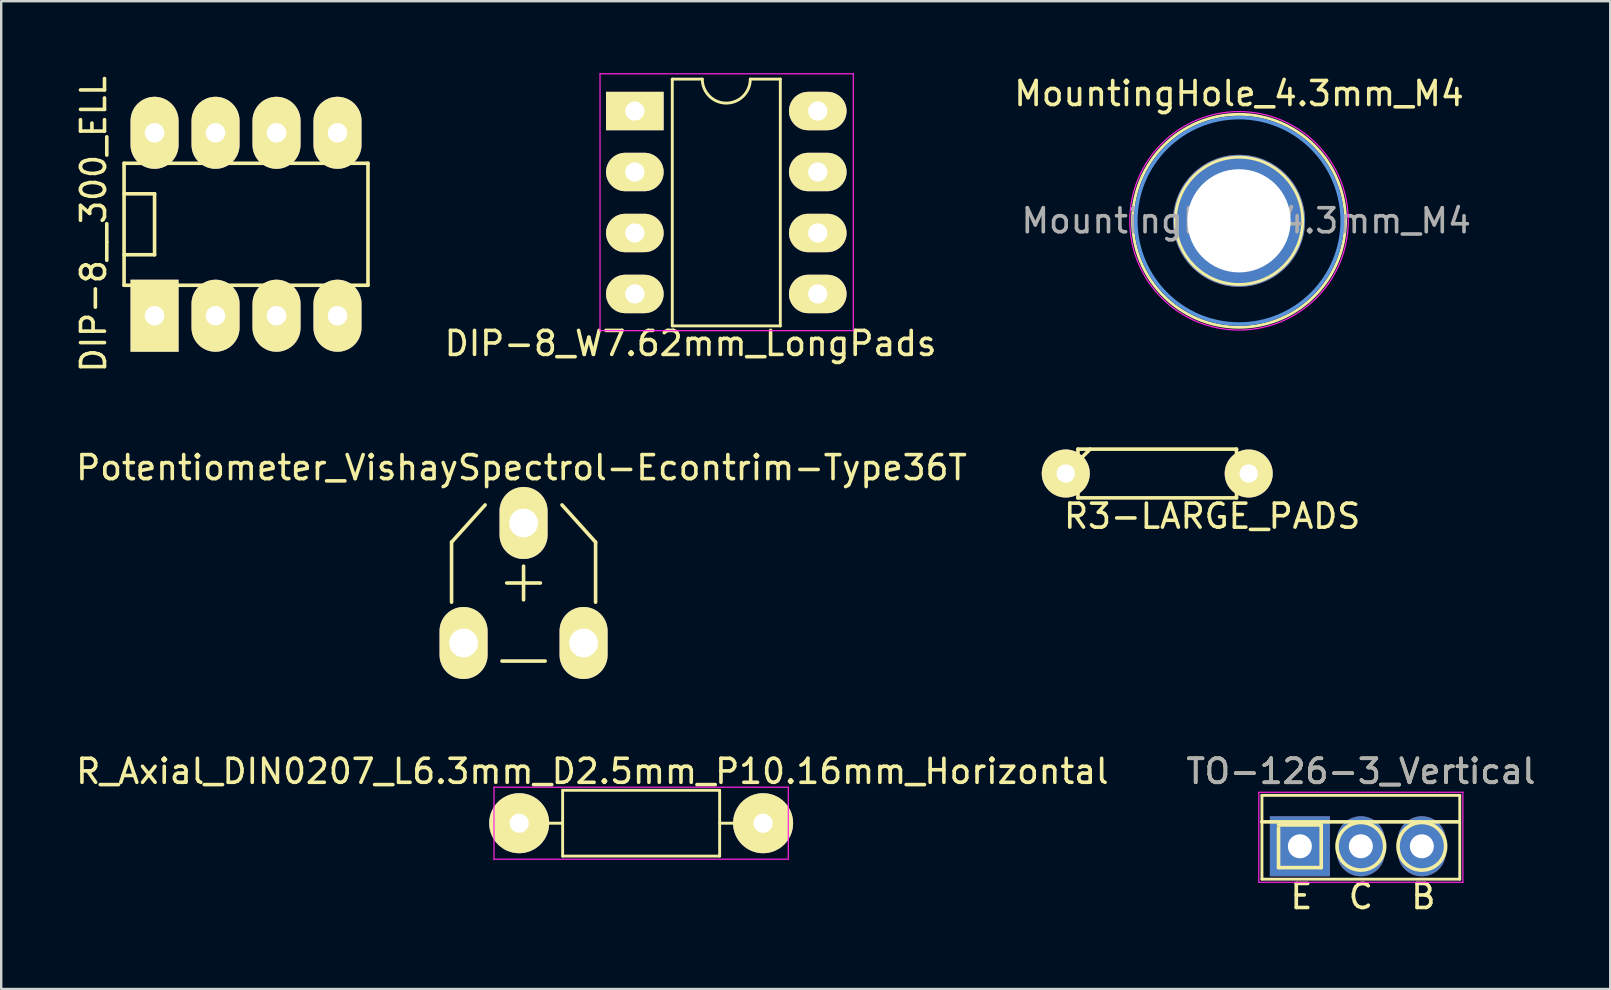
<source format=kicad_pcb>
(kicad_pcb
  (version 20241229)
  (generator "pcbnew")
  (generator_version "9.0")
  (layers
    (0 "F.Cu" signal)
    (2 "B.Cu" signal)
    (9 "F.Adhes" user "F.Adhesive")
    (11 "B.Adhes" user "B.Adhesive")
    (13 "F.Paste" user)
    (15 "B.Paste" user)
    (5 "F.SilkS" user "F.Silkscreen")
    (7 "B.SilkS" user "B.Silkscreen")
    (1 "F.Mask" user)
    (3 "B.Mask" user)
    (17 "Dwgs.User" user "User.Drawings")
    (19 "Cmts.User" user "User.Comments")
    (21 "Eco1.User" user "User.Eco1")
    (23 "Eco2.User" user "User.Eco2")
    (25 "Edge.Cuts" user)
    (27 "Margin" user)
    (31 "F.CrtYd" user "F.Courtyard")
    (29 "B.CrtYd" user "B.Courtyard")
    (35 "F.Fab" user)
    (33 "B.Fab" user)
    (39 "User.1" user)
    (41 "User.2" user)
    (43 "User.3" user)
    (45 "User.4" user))
  (footprint "R_Axial_DIN0207_L6.3mm_D2.5mm_P10.16mm_Horizontal"
    (layer "F.Cu")
    (at 18.577 31.241)
    (property "Reference" "R_Axial_DIN0207_L6.3mm_D2.5mm_P10.16mm_Horizontal" (at 3.048 -2.159 0) (layer "F.SilkS") (effects (font (size 1 1) (thickness 0.15))))
    (attr through_hole)
    (fp_line (start 1.04 0) (end 1.81 0) (stroke (width 0.12) (type solid)) (layer "F.SilkS"))
    (fp_line (start 1.81 -1.37) (end 1.81 1.37) (stroke (width 0.12) (type solid)) (layer "F.SilkS"))
    (fp_line (start 1.81 1.37) (end 8.35 1.37) (stroke (width 0.12) (type solid)) (layer "F.SilkS"))
    (fp_line (start 8.35 -1.37) (end 1.81 -1.37) (stroke (width 0.12) (type solid)) (layer "F.SilkS"))
    (fp_line (start 8.35 1.37) (end 8.35 -1.37) (stroke (width 0.12) (type solid)) (layer "F.SilkS"))
    (fp_line (start 9.12 0) (end 8.35 0) (stroke (width 0.12) (type solid)) (layer "F.SilkS"))
    (fp_line (start -1.05 -1.5) (end -1.05 1.5) (stroke (width 0.05) (type solid)) (layer "F.CrtYd"))
    (fp_line (start -1.05 1.5) (end 11.21 1.5) (stroke (width 0.05) (type solid)) (layer "F.CrtYd"))
    (fp_line (start 11.21 -1.5) (end -1.05 -1.5) (stroke (width 0.05) (type solid)) (layer "F.CrtYd"))
    (fp_line (start 11.21 1.5) (end 11.21 -1.5) (stroke (width 0.05) (type solid)) (layer "F.CrtYd"))
    (pad "1" thru_hole circle (at 0 0) (size 2.5 2.5) (drill 0.8) (layers "*.Cu" "*.Mask" "F.SilkS"))
    (pad "2" thru_hole circle (at 10.16 0) (size 2.5 2.5) (drill 0.8) (layers "*.Cu" "*.Mask" "F.SilkS")))
  (footprint "R3-LARGE_PADS"
    (placed yes)
    (layer "F.Cu")
    (at 45.155 16.674)
    (property "Reference" "R3-LARGE_PADS" (at 2.286 1.778 180) (layer "F.SilkS") (effects (font (size 1 1) (thickness 0.15))))
    (attr through_hole)
    (fp_line (start -3.81 0) (end -3.302 0) (stroke (width 0.15) (type solid)) (layer "F.SilkS"))
    (fp_line (start -3.302 -1.016) (end -3.302 1.016) (stroke (width 0.15) (type solid)) (layer "F.SilkS"))
    (fp_line (start -3.302 -0.508) (end -2.794 -1.016) (stroke (width 0.15) (type solid)) (layer "F.SilkS"))
    (fp_line (start -3.302 1.016) (end 3.302 1.016) (stroke (width 0.15) (type solid)) (layer "F.SilkS"))
    (fp_line (start 3.302 -1.016) (end -3.302 -1.016) (stroke (width 0.15) (type solid)) (layer "F.SilkS"))
    (fp_line (start 3.302 0) (end 3.302 -1.016) (stroke (width 0.15) (type solid)) (layer "F.SilkS"))
    (fp_line (start 3.302 1.016) (end 3.302 0) (stroke (width 0.15) (type solid)) (layer "F.SilkS"))
    (fp_line (start 3.81 0) (end 3.302 0) (stroke (width 0.15) (type solid)) (layer "F.SilkS"))
    (pad "1" thru_hole circle (at -3.81 0) (size 2 2) (drill 0.762) (layers "*.Cu" "*.Mask" "F.SilkS"))
    (pad "2" thru_hole circle (at 3.81 0) (size 2 2) (drill 0.762) (layers "*.Cu" "*.Mask" "F.SilkS")))
  (footprint "Potentiometer_VishaySpectrol-Econtrim-Type36T"
    (layer "F.Cu")
    (at 16.26 23.734)
    (property "Reference" "Potentiometer_VishaySpectrol-Econtrim-Type36T" (at 2.413 -7.303 0) (layer "F.SilkS") (effects (font (size 1 1) (thickness 0.15))))
    (attr through_hole)
    (fp_line (start -0.5 -4.199) (end -0.5 -1.699) (stroke (width 0.15) (type solid)) (layer "F.SilkS"))
    (fp_line (start 0.899 -5.751) (end -0.5 -4.199) (stroke (width 0.15) (type solid)) (layer "F.SilkS"))
    (fp_line (start 1.6 0.752) (end 3.399 0.752) (stroke (width 0.15) (type solid)) (layer "F.SilkS"))
    (fp_line (start 1.798 -2.499) (end 3.2 -2.499) (stroke (width 0.15) (type solid)) (layer "F.SilkS"))
    (fp_line (start 2.499 -1.798) (end 2.499 -3.2) (stroke (width 0.15) (type solid)) (layer "F.SilkS"))
    (fp_line (start 4.1 -5.751) (end 5.499 -4.199) (stroke (width 0.15) (type solid)) (layer "F.SilkS"))
    (fp_line (start 5.499 -4.199) (end 5.499 -1.699) (stroke (width 0.15) (type solid)) (layer "F.SilkS"))
    (pad "1" thru_hole oval (at 0 0) (size 2 3) (drill 1.199) (layers "*.Cu" "*.Mask" "F.SilkS"))
    (pad "2" thru_hole oval (at 2.499 -4.999) (size 2 3) (drill 1.199) (layers "*.Cu" "*.Mask" "F.SilkS"))
    (pad "3" thru_hole oval (at 4.999 0) (size 2 3) (drill 1.199) (layers "*.Cu" "*.Mask" "F.SilkS")))
  (footprint "DIP-8__300_ELL"
    (placed yes)
    (layer "F.Cu")
    (at 7.198 6.292)
    (property "Reference" "DIP-8__300_ELL" (at -6.35 0 90) (layer "F.SilkS") (effects (font (size 1 1) (thickness 0.15))))
    (attr through_hole)
    (fp_line (start -5.08 -2.54) (end 5.08 -2.54) (stroke (width 0.15) (type solid)) (layer "F.SilkS"))
    (fp_line (start -5.08 -1.27) (end -3.81 -1.27) (stroke (width 0.15) (type solid)) (layer "F.SilkS"))
    (fp_line (start -5.08 2.54) (end -5.08 -2.54) (stroke (width 0.15) (type solid)) (layer "F.SilkS"))
    (fp_line (start -3.81 -1.27) (end -3.81 1.27) (stroke (width 0.15) (type solid)) (layer "F.SilkS"))
    (fp_line (start -3.81 1.27) (end -5.08 1.27) (stroke (width 0.15) (type solid)) (layer "F.SilkS"))
    (fp_line (start 5.08 -2.54) (end 5.08 2.54) (stroke (width 0.15) (type solid)) (layer "F.SilkS"))
    (fp_line (start 5.08 2.54) (end -5.08 2.54) (stroke (width 0.15) (type solid)) (layer "F.SilkS"))
    (pad "1" thru_hole rect (at -3.81 3.81) (size 2 3) (drill 0.813) (layers "*.Cu" "*.Mask" "F.SilkS"))
    (pad "2" thru_hole oval (at -1.27 3.81) (size 2 3) (drill 0.813) (layers "*.Cu" "*.Mask" "F.SilkS"))
    (pad "3" thru_hole oval (at 1.27 3.81) (size 2 3) (drill 0.813) (layers "*.Cu" "*.Mask" "F.SilkS"))
    (pad "4" thru_hole oval (at 3.81 3.81) (size 2 3) (drill 0.813) (layers "*.Cu" "*.Mask" "F.SilkS"))
    (pad "5" thru_hole oval (at 3.81 -3.81) (size 2 3) (drill 0.813) (layers "*.Cu" "*.Mask" "F.SilkS"))
    (pad "6" thru_hole oval (at 1.27 -3.81) (size 2 3) (drill 0.813) (layers "*.Cu" "*.Mask" "F.SilkS"))
    (pad "7" thru_hole oval (at -1.27 -3.81) (size 2 3) (drill 0.813) (layers "*.Cu" "*.Mask" "F.SilkS"))
    (pad "8" thru_hole oval (at -3.81 -3.81) (size 2 3) (drill 0.813) (layers "*.Cu" "*.Mask" "F.SilkS")))
  (footprint "DIP-8_W7.62mm_LongPads"
    (layer "F.Cu")
    (at 23.394 1.575)
    (property "Reference" "DIP-8_W7.62mm_LongPads" (at 2.322 9.682 0) (layer "F.SilkS") (effects (font (size 1 1) (thickness 0.15))))
    (attr through_hole)
    (fp_line (start 1.56 -1.33) (end 1.56 8.95) (stroke (width 0.12) (type solid)) (layer "F.SilkS"))
    (fp_line (start 1.56 8.95) (end 6.06 8.95) (stroke (width 0.12) (type solid)) (layer "F.SilkS"))
    (fp_line (start 2.81 -1.33) (end 1.56 -1.33) (stroke (width 0.12) (type solid)) (layer "F.SilkS"))
    (fp_line (start 6.06 -1.33) (end 4.81 -1.33) (stroke (width 0.12) (type solid)) (layer "F.SilkS"))
    (fp_line (start 6.06 8.95) (end 6.06 -1.33) (stroke (width 0.12) (type solid)) (layer "F.SilkS"))
    (fp_arc (start 4.81 -1.33) (mid 3.81 -0.33) (end 2.81 -1.33) (stroke (width 0.12) (type solid)) (layer "F.SilkS"))
    (fp_line (start -1.45 -1.55) (end -1.45 9.15) (stroke (width 0.05) (type solid)) (layer "F.CrtYd"))
    (fp_line (start -1.45 9.15) (end 9.1 9.15) (stroke (width 0.05) (type solid)) (layer "F.CrtYd"))
    (fp_line (start 9.1 -1.55) (end -1.45 -1.55) (stroke (width 0.05) (type solid)) (layer "F.CrtYd"))
    (fp_line (start 9.1 9.15) (end 9.1 -1.55) (stroke (width 0.05) (type solid)) (layer "F.CrtYd"))
    (pad "1" thru_hole rect (at 0 0) (size 2.4 1.6) (drill 0.8) (layers "*.Cu" "*.Mask" "F.SilkS"))
    (pad "2" thru_hole oval (at 0 2.54) (size 2.4 1.6) (drill 0.8) (layers "*.Cu" "*.Mask" "F.SilkS"))
    (pad "3" thru_hole oval (at 0 5.08) (size 2.4 1.6) (drill 0.8) (layers "*.Cu" "*.Mask" "F.SilkS"))
    (pad "4" thru_hole oval (at 0 7.62) (size 2.4 1.6) (drill 0.8) (layers "*.Cu" "*.Mask" "F.SilkS"))
    (pad "5" thru_hole oval (at 7.62 7.62) (size 2.4 1.6) (drill 0.8) (layers "*.Cu" "*.Mask" "F.SilkS"))
    (pad "6" thru_hole oval (at 7.62 5.08) (size 2.4 1.6) (drill 0.8) (layers "*.Cu" "*.Mask" "F.SilkS"))
    (pad "7" thru_hole oval (at 7.62 2.54) (size 2.4 1.6) (drill 0.8) (layers "*.Cu" "*.Mask" "F.SilkS"))
    (pad "8" thru_hole oval (at 7.62 0) (size 2.4 1.6) (drill 0.8) (layers "*.Cu" "*.Mask" "F.SilkS")))
  (footprint "MountingHole_4.3mm_M4"
    (layer "F.Cu")
    (at 48.562 6.148)
    (property "Reference" "MountingHole_4.3mm_M4" (at 0 -5.3 0) (layer "F.SilkS") (effects (font (size 1 1) (thickness 0.15))))
    (attr exclude_from_pos_files exclude_from_bom)
    (fp_circle (center 0 0) (end 2.54 0.762) (stroke (width 0.12) (type solid)) (fill no) (layer "F.SilkS"))
    (fp_circle (center 0 0) (end 4.064 1.778) (stroke (width 0.12) (type solid)) (fill no) (layer "F.SilkS"))
    (fp_circle (center 0 0) (end 4.3 0) (stroke (width 0.15) (type solid)) (fill no) (layer "Cmts.User"))
    (fp_circle (center 0 0) (end 4.55 0) (stroke (width 0.05) (type solid)) (fill no) (layer "F.CrtYd"))
    (fp_text user "${REFERENCE}" (at 0.3 0 0) (layer "F.Fab") (effects (font (size 1 1) (thickness 0.15))))
    (pad "" np_thru_hole circle (at 0 0) (size 5.5 5.5) (drill 4.3) (layers "*.Cu" "*.Mask")))
  (footprint "TO-126-3_Vertical"
    (layer "F.Cu")
    (at 51.097 32.202)
    (property "Reference" "TO-126-3_Vertical" (at 2.54 -3.12 0) (layer "F.SilkS") (effects (font (size 1 1) (thickness 0.15))))
    (attr through_hole)
    (fp_line (start -1.587 -1.016) (end 6.604 -1.016) (stroke (width 0.15) (type solid)) (layer "F.SilkS"))
    (fp_line (start -1.58 -2.12) (end -1.58 1.37) (stroke (width 0.12) (type solid)) (layer "F.SilkS"))
    (fp_line (start -1.58 -2.12) (end 6.66 -2.12) (stroke (width 0.12) (type solid)) (layer "F.SilkS"))
    (fp_line (start -1.58 1.37) (end 6.66 1.37) (stroke (width 0.12) (type solid)) (layer "F.SilkS"))
    (fp_line (start -0.889 -0.889) (end 0.889 -0.889) (stroke (width 0.15) (type solid)) (layer "F.SilkS"))
    (fp_line (start -0.889 0.889) (end -0.889 -0.762) (stroke (width 0.15) (type solid)) (layer "F.SilkS"))
    (fp_line (start 0.889 -0.889) (end 0.889 0.889) (stroke (width 0.15) (type solid)) (layer "F.SilkS"))
    (fp_line (start 0.889 0.889) (end -0.889 0.889) (stroke (width 0.15) (type solid)) (layer "F.SilkS"))
    (fp_line (start 6.66 -2.12) (end 6.66 1.37) (stroke (width 0.12) (type solid)) (layer "F.SilkS"))
    (fp_circle (center 2.54 0) (end 3.302 -0.635) (stroke (width 0.15) (type solid)) (fill no) (layer "F.SilkS"))
    (fp_circle (center 5.08 0) (end 5.715 -0.762) (stroke (width 0.15) (type solid)) (fill no) (layer "F.SilkS"))
    (fp_line (start -1.71 -2.25) (end -1.71 1.5) (stroke (width 0.05) (type solid)) (layer "F.CrtYd"))
    (fp_line (start -1.71 1.5) (end 6.79 1.5) (stroke (width 0.05) (type solid)) (layer "F.CrtYd"))
    (fp_line (start 6.79 -2.25) (end -1.71 -2.25) (stroke (width 0.05) (type solid)) (layer "F.CrtYd"))
    (fp_line (start 6.79 1.5) (end 6.79 -2.25) (stroke (width 0.05) (type solid)) (layer "F.CrtYd"))
    (fp_text user "E" (at 0.064 2.095 0) (layer "F.SilkS") (effects (font (size 1 1) (thickness 0.15))))
    (fp_text user "C" (at 2.54 2.095 0) (layer "F.SilkS") (effects (font (size 1 1) (thickness 0.15))))
    (fp_text user "B" (at 5.144 2.095 0) (layer "F.SilkS") (effects (font (size 1 1) (thickness 0.15))))
    (fp_text user "${REFERENCE}" (at 2.54 -3.12 0) (layer "F.Fab") (effects (font (size 1 1) (thickness 0.15))))
    (pad "1" thru_hole rect (at 0 0) (size 2.5 2.5) (drill 1) (layers "*.Cu" "*.Mask"))
    (pad "2" thru_hole oval (at 2.54 0) (size 2 2.5) (drill 1) (layers "*.Cu" "*.Mask"))
    (pad "3" thru_hole oval (at 5.08 0) (size 2 2.5) (drill 1) (layers "*.Cu" "*.Mask")))
  (gr_rect
    (start -3 -3)
    (end 64.024 38.146)
    (stroke (width 0.1) (type default))
    (fill no)
    (layer "Edge.Cuts")))
</source>
